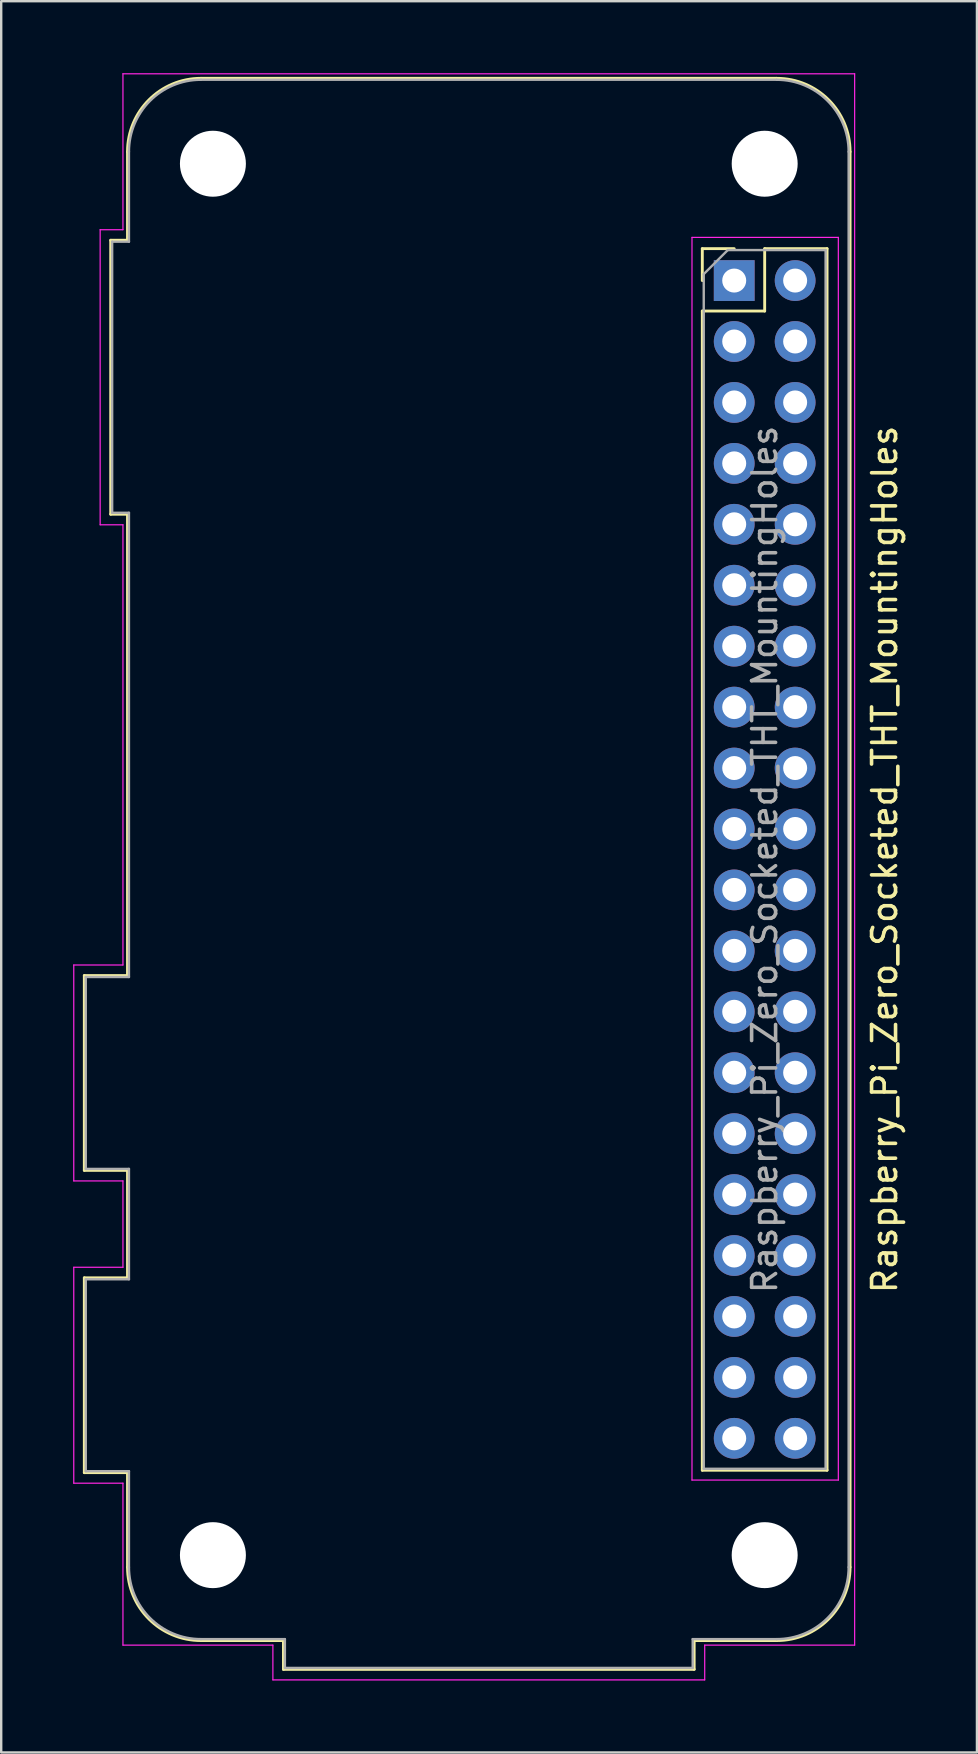
<source format=kicad_pcb>
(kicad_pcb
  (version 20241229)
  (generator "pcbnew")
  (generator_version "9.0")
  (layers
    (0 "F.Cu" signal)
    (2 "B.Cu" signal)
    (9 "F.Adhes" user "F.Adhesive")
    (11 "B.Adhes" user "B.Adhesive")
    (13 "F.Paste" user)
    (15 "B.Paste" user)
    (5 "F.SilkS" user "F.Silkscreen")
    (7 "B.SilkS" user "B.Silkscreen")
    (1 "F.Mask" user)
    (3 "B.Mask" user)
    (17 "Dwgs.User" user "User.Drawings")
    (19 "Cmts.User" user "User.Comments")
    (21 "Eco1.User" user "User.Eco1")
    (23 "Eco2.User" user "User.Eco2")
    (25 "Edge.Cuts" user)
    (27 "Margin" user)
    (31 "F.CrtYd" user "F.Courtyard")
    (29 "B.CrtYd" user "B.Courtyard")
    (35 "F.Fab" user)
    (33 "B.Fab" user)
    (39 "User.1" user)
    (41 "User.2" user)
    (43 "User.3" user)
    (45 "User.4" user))
  (footprint "Raspberry_Pi_Zero_Socketed_THT_MountingHoles"
    (layer "F.Cu")
    (at 28.875 32.775)
    (property "Reference" "Raspberry_Pi_Zero_Socketed_THT_MountingHoles" (at 4.95 0 90) (layer "F.SilkS") (effects (font (size 1 1) (thickness 0.15))))
    (attr through_hole)
    (fp_line (start -28.41 4.84) (end -26.61 4.84) (stroke (width 0.12) (type solid)) (layer "F.SilkS"))
    (fp_line (start -28.41 12.96) (end -28.41 4.84) (stroke (width 0.12) (type solid)) (layer "F.SilkS"))
    (fp_line (start -28.41 17.44) (end -26.61 17.44) (stroke (width 0.12) (type solid)) (layer "F.SilkS"))
    (fp_line (start -28.41 25.56) (end -28.41 17.44) (stroke (width 0.12) (type solid)) (layer "F.SilkS"))
    (fp_line (start -27.31 -25.81) (end -26.61 -25.81) (stroke (width 0.12) (type solid)) (layer "F.SilkS"))
    (fp_line (start -27.31 -14.39) (end -27.31 -25.81) (stroke (width 0.12) (type solid)) (layer "F.SilkS"))
    (fp_line (start -26.61 -25.81) (end -26.61 -29.5) (stroke (width 0.12) (type solid)) (layer "F.SilkS"))
    (fp_line (start -26.61 -14.39) (end -27.31 -14.39) (stroke (width 0.12) (type solid)) (layer "F.SilkS"))
    (fp_line (start -26.61 4.84) (end -26.61 -14.39) (stroke (width 0.12) (type solid)) (layer "F.SilkS"))
    (fp_line (start -26.61 12.96) (end -28.41 12.96) (stroke (width 0.12) (type solid)) (layer "F.SilkS"))
    (fp_line (start -26.61 17.44) (end -26.61 12.96) (stroke (width 0.12) (type solid)) (layer "F.SilkS"))
    (fp_line (start -26.61 25.56) (end -28.41 25.56) (stroke (width 0.12) (type solid)) (layer "F.SilkS"))
    (fp_line (start -26.61 29.5) (end -26.61 25.56) (stroke (width 0.12) (type solid)) (layer "F.SilkS"))
    (fp_line (start -20.11 32.56) (end -23.55 32.56) (stroke (width 0.12) (type solid)) (layer "F.SilkS"))
    (fp_line (start -20.11 33.76) (end -20.11 32.56) (stroke (width 0.12) (type solid)) (layer "F.SilkS"))
    (fp_line (start -2.99 32.56) (end -2.99 33.76) (stroke (width 0.12) (type solid)) (layer "F.SilkS"))
    (fp_line (start -2.99 32.56) (end 0.45 32.56) (stroke (width 0.12) (type solid)) (layer "F.SilkS"))
    (fp_line (start -2.99 33.76) (end -20.11 33.76) (stroke (width 0.12) (type solid)) (layer "F.SilkS"))
    (fp_line (start -2.65 -25.46) (end -2.65 -24.13) (stroke (width 0.12) (type solid)) (layer "F.SilkS"))
    (fp_line (start -2.65 -22.86) (end -2.65 25.46) (stroke (width 0.12) (type solid)) (layer "F.SilkS"))
    (fp_line (start -1.32 -25.46) (end -2.65 -25.46) (stroke (width 0.12) (type solid)) (layer "F.SilkS"))
    (fp_line (start -0.05 -25.46) (end -0.05 -22.86) (stroke (width 0.12) (type solid)) (layer "F.SilkS"))
    (fp_line (start -0.05 -22.86) (end -2.65 -22.86) (stroke (width 0.12) (type solid)) (layer "F.SilkS"))
    (fp_line (start 0.45 -32.56) (end -23.55 -32.56) (stroke (width 0.12) (type solid)) (layer "F.SilkS"))
    (fp_line (start 2.55 -25.46) (end -0.05 -25.46) (stroke (width 0.12) (type solid)) (layer "F.SilkS"))
    (fp_line (start 2.55 -25.46) (end 2.55 25.46) (stroke (width 0.12) (type solid)) (layer "F.SilkS"))
    (fp_line (start 2.55 25.46) (end -2.65 25.46) (stroke (width 0.12) (type solid)) (layer "F.SilkS"))
    (fp_line (start 3.51 29.5) (end 3.51 -29.5) (stroke (width 0.12) (type solid)) (layer "F.SilkS"))
    (fp_arc (start -26.61 -29.5) (mid -25.713747 -31.663747) (end -23.55 -32.56) (stroke (width 0.12) (type solid)) (layer "F.SilkS"))
    (fp_arc (start -23.55 32.56) (mid -25.713747 31.663747) (end -26.61 29.5) (stroke (width 0.12) (type solid)) (layer "F.SilkS"))
    (fp_arc (start 0.45 -32.56) (mid 2.613747 -31.663747) (end 3.51 -29.5) (stroke (width 0.12) (type solid)) (layer "F.SilkS"))
    (fp_arc (start 3.51 29.5) (mid 2.613747 31.663747) (end 0.45 32.56) (stroke (width 0.12) (type solid)) (layer "F.SilkS"))
    (fp_line (start -28.85 4.4) (end -26.8 4.4) (stroke (width 0.05) (type solid)) (layer "F.CrtYd"))
    (fp_line (start -28.85 13.4) (end -28.85 4.4) (stroke (width 0.05) (type solid)) (layer "F.CrtYd"))
    (fp_line (start -28.85 13.4) (end -26.8 13.4) (stroke (width 0.05) (type solid)) (layer "F.CrtYd"))
    (fp_line (start -28.85 17) (end -26.8 17) (stroke (width 0.05) (type solid)) (layer "F.CrtYd"))
    (fp_line (start -28.85 26) (end -28.85 17) (stroke (width 0.05) (type solid)) (layer "F.CrtYd"))
    (fp_line (start -28.85 26) (end -26.8 26) (stroke (width 0.05) (type solid)) (layer "F.CrtYd"))
    (fp_line (start -27.75 -26.25) (end -27.75 -13.95) (stroke (width 0.05) (type solid)) (layer "F.CrtYd"))
    (fp_line (start -27.75 -26.25) (end -26.8 -26.25) (stroke (width 0.05) (type solid)) (layer "F.CrtYd"))
    (fp_line (start -27.75 -13.95) (end -26.8 -13.95) (stroke (width 0.05) (type solid)) (layer "F.CrtYd"))
    (fp_line (start -26.8 -26.25) (end -26.8 -32.75) (stroke (width 0.05) (type solid)) (layer "F.CrtYd"))
    (fp_line (start -26.8 4.4) (end -26.8 -13.95) (stroke (width 0.05) (type solid)) (layer "F.CrtYd"))
    (fp_line (start -26.8 13.4) (end -26.8 17) (stroke (width 0.05) (type solid)) (layer "F.CrtYd"))
    (fp_line (start -26.8 26) (end -26.8 32.75) (stroke (width 0.05) (type solid)) (layer "F.CrtYd"))
    (fp_line (start -20.55 32.75) (end -26.8 32.75) (stroke (width 0.05) (type solid)) (layer "F.CrtYd"))
    (fp_line (start -20.55 34.2) (end -20.55 32.75) (stroke (width 0.05) (type solid)) (layer "F.CrtYd"))
    (fp_line (start -20.55 34.2) (end -2.55 34.2) (stroke (width 0.05) (type solid)) (layer "F.CrtYd"))
    (fp_line (start -3.08 -25.93) (end -3.08 25.87) (stroke (width 0.05) (type solid)) (layer "F.CrtYd"))
    (fp_line (start -3.08 25.87) (end 3.02 25.87) (stroke (width 0.05) (type solid)) (layer "F.CrtYd"))
    (fp_line (start -2.55 34.2) (end -2.55 32.75) (stroke (width 0.05) (type solid)) (layer "F.CrtYd"))
    (fp_line (start 3.02 -25.93) (end -3.08 -25.93) (stroke (width 0.05) (type solid)) (layer "F.CrtYd"))
    (fp_line (start 3.02 25.87) (end 3.02 -25.93) (stroke (width 0.05) (type solid)) (layer "F.CrtYd"))
    (fp_line (start 3.7 -32.75) (end -26.8 -32.75) (stroke (width 0.05) (type solid)) (layer "F.CrtYd"))
    (fp_line (start 3.7 32.75) (end -2.55 32.75) (stroke (width 0.05) (type solid)) (layer "F.CrtYd"))
    (fp_line (start 3.7 32.75) (end 3.7 -32.75) (stroke (width 0.05) (type solid)) (layer "F.CrtYd"))
    (fp_line (start -28.35 4.9) (end -26.55 4.9) (stroke (width 0.1) (type solid)) (layer "F.Fab"))
    (fp_line (start -28.35 12.9) (end -28.35 4.9) (stroke (width 0.1) (type solid)) (layer "F.Fab"))
    (fp_line (start -28.35 17.5) (end -26.55 17.5) (stroke (width 0.1) (type solid)) (layer "F.Fab"))
    (fp_line (start -28.35 25.5) (end -28.35 17.5) (stroke (width 0.1) (type solid)) (layer "F.Fab"))
    (fp_line (start -27.25 -14.45) (end -27.25 -25.75) (stroke (width 0.1) (type solid)) (layer "F.Fab"))
    (fp_line (start -26.55 -25.75) (end -27.25 -25.75) (stroke (width 0.1) (type solid)) (layer "F.Fab"))
    (fp_line (start -26.55 -25.75) (end -26.55 -29.5) (stroke (width 0.1) (type solid)) (layer "F.Fab"))
    (fp_line (start -26.55 -14.45) (end -27.25 -14.45) (stroke (width 0.1) (type solid)) (layer "F.Fab"))
    (fp_line (start -26.55 4.9) (end -26.55 -14.45) (stroke (width 0.1) (type solid)) (layer "F.Fab"))
    (fp_line (start -26.55 12.9) (end -28.35 12.9) (stroke (width 0.1) (type solid)) (layer "F.Fab"))
    (fp_line (start -26.55 17.5) (end -26.55 12.9) (stroke (width 0.1) (type solid)) (layer "F.Fab"))
    (fp_line (start -26.55 25.5) (end -28.35 25.5) (stroke (width 0.1) (type solid)) (layer "F.Fab"))
    (fp_line (start -26.55 25.5) (end -26.55 29.5) (stroke (width 0.1) (type solid)) (layer "F.Fab"))
    (fp_line (start -23.55 32.5) (end -20.05 32.5) (stroke (width 0.1) (type solid)) (layer "F.Fab"))
    (fp_line (start -20.05 32.5) (end -20.05 33.7) (stroke (width 0.1) (type solid)) (layer "F.Fab"))
    (fp_line (start -3.05 32.5) (end -3.05 33.7) (stroke (width 0.1) (type solid)) (layer "F.Fab"))
    (fp_line (start -3.05 33.7) (end -20.05 33.7) (stroke (width 0.1) (type solid)) (layer "F.Fab"))
    (fp_line (start -2.59 -24.4) (end -2.59 25.4) (stroke (width 0.1) (type solid)) (layer "F.Fab"))
    (fp_line (start -2.59 25.4) (end 2.49 25.4) (stroke (width 0.1) (type solid)) (layer "F.Fab"))
    (fp_line (start -1.59 -25.4) (end -2.59 -24.4) (stroke (width 0.1) (type solid)) (layer "F.Fab"))
    (fp_line (start 0.45 -32.5) (end -23.55 -32.5) (stroke (width 0.1) (type solid)) (layer "F.Fab"))
    (fp_line (start 0.45 32.5) (end -3.05 32.5) (stroke (width 0.1) (type solid)) (layer "F.Fab"))
    (fp_line (start 2.49 -25.4) (end -1.59 -25.4) (stroke (width 0.1) (type solid)) (layer "F.Fab"))
    (fp_line (start 2.49 25.4) (end 2.49 -25.4) (stroke (width 0.1) (type solid)) (layer "F.Fab"))
    (fp_line (start 3.45 29.5) (end 3.45 -29.5) (stroke (width 0.1) (type solid)) (layer "F.Fab"))
    (fp_arc (start -26.55 -29.5) (mid -25.67132 -31.62132) (end -23.55 -32.5) (stroke (width 0.1) (type solid)) (layer "F.Fab"))
    (fp_arc (start -23.55 32.5) (mid -25.67132 31.62132) (end -26.55 29.5) (stroke (width 0.1) (type solid)) (layer "F.Fab"))
    (fp_arc (start 0.45 -32.5) (mid 2.57132 -31.62132) (end 3.45 -29.5) (stroke (width 0.1) (type solid)) (layer "F.Fab"))
    (fp_arc (start 3.45 29.5) (mid 2.57132 31.62132) (end 0.45 32.5) (stroke (width 0.1) (type solid)) (layer "F.Fab"))
    (fp_text user "${REFERENCE}" (at -0.05 0 90) (layer "F.Fab") (effects (font (size 1 1) (thickness 0.15))))
    (pad "" np_thru_hole circle (at -23.05 -29 270) (size 2.75 2.75) (drill 2.75) (layers "*.Cu" "*.Mask"))
    (pad "" np_thru_hole circle (at -23.05 29 270) (size 2.75 2.75) (drill 2.75) (layers "*.Cu" "*.Mask"))
    (pad "" np_thru_hole circle (at -0.05 -29 270) (size 2.75 2.75) (drill 2.75) (layers "*.Cu" "*.Mask"))
    (pad "" np_thru_hole circle (at -0.05 29 270) (size 2.75 2.75) (drill 2.75) (layers "*.Cu" "*.Mask"))
    (pad "1" thru_hole rect (at -1.32 -24.13) (size 1.7 1.7) (drill 1) (layers "*.Cu" "*.Mask"))
    (pad "2" thru_hole oval (at 1.22 -24.13) (size 1.7 1.7) (drill 1) (layers "*.Cu" "*.Mask"))
    (pad "3" thru_hole oval (at -1.32 -21.59) (size 1.7 1.7) (drill 1) (layers "*.Cu" "*.Mask"))
    (pad "4" thru_hole oval (at 1.22 -21.59) (size 1.7 1.7) (drill 1) (layers "*.Cu" "*.Mask"))
    (pad "5" thru_hole oval (at -1.32 -19.05) (size 1.7 1.7) (drill 1) (layers "*.Cu" "*.Mask"))
    (pad "6" thru_hole oval (at 1.22 -19.05) (size 1.7 1.7) (drill 1) (layers "*.Cu" "*.Mask"))
    (pad "7" thru_hole oval (at -1.32 -16.51) (size 1.7 1.7) (drill 1) (layers "*.Cu" "*.Mask"))
    (pad "8" thru_hole oval (at 1.22 -16.51) (size 1.7 1.7) (drill 1) (layers "*.Cu" "*.Mask"))
    (pad "9" thru_hole oval (at -1.32 -13.97) (size 1.7 1.7) (drill 1) (layers "*.Cu" "*.Mask"))
    (pad "10" thru_hole oval (at 1.22 -13.97) (size 1.7 1.7) (drill 1) (layers "*.Cu" "*.Mask"))
    (pad "11" thru_hole oval (at -1.32 -11.43) (size 1.7 1.7) (drill 1) (layers "*.Cu" "*.Mask"))
    (pad "12" thru_hole oval (at 1.22 -11.43) (size 1.7 1.7) (drill 1) (layers "*.Cu" "*.Mask"))
    (pad "13" thru_hole oval (at -1.32 -8.89) (size 1.7 1.7) (drill 1) (layers "*.Cu" "*.Mask"))
    (pad "14" thru_hole oval (at 1.22 -8.89) (size 1.7 1.7) (drill 1) (layers "*.Cu" "*.Mask"))
    (pad "15" thru_hole oval (at -1.32 -6.35) (size 1.7 1.7) (drill 1) (layers "*.Cu" "*.Mask"))
    (pad "16" thru_hole oval (at 1.22 -6.35) (size 1.7 1.7) (drill 1) (layers "*.Cu" "*.Mask"))
    (pad "17" thru_hole oval (at -1.32 -3.81) (size 1.7 1.7) (drill 1) (layers "*.Cu" "*.Mask"))
    (pad "18" thru_hole oval (at 1.22 -3.81) (size 1.7 1.7) (drill 1) (layers "*.Cu" "*.Mask"))
    (pad "19" thru_hole oval (at -1.32 -1.27) (size 1.7 1.7) (drill 1) (layers "*.Cu" "*.Mask"))
    (pad "20" thru_hole oval (at 1.22 -1.27) (size 1.7 1.7) (drill 1) (layers "*.Cu" "*.Mask"))
    (pad "21" thru_hole oval (at -1.32 1.27) (size 1.7 1.7) (drill 1) (layers "*.Cu" "*.Mask"))
    (pad "22" thru_hole oval (at 1.22 1.27) (size 1.7 1.7) (drill 1) (layers "*.Cu" "*.Mask"))
    (pad "23" thru_hole oval (at -1.32 3.81) (size 1.7 1.7) (drill 1) (layers "*.Cu" "*.Mask"))
    (pad "24" thru_hole oval (at 1.22 3.81) (size 1.7 1.7) (drill 1) (layers "*.Cu" "*.Mask"))
    (pad "25" thru_hole oval (at -1.32 6.35) (size 1.7 1.7) (drill 1) (layers "*.Cu" "*.Mask"))
    (pad "26" thru_hole oval (at 1.22 6.35) (size 1.7 1.7) (drill 1) (layers "*.Cu" "*.Mask"))
    (pad "27" thru_hole oval (at -1.32 8.89) (size 1.7 1.7) (drill 1) (layers "*.Cu" "*.Mask"))
    (pad "28" thru_hole oval (at 1.22 8.89) (size 1.7 1.7) (drill 1) (layers "*.Cu" "*.Mask"))
    (pad "29" thru_hole oval (at -1.32 11.43) (size 1.7 1.7) (drill 1) (layers "*.Cu" "*.Mask"))
    (pad "30" thru_hole oval (at 1.22 11.43) (size 1.7 1.7) (drill 1) (layers "*.Cu" "*.Mask"))
    (pad "31" thru_hole oval (at -1.32 13.97) (size 1.7 1.7) (drill 1) (layers "*.Cu" "*.Mask"))
    (pad "32" thru_hole oval (at 1.22 13.97) (size 1.7 1.7) (drill 1) (layers "*.Cu" "*.Mask"))
    (pad "33" thru_hole oval (at -1.32 16.51) (size 1.7 1.7) (drill 1) (layers "*.Cu" "*.Mask"))
    (pad "34" thru_hole oval (at 1.22 16.51) (size 1.7 1.7) (drill 1) (layers "*.Cu" "*.Mask"))
    (pad "35" thru_hole oval (at -1.32 19.05) (size 1.7 1.7) (drill 1) (layers "*.Cu" "*.Mask"))
    (pad "36" thru_hole oval (at 1.22 19.05) (size 1.7 1.7) (drill 1) (layers "*.Cu" "*.Mask"))
    (pad "37" thru_hole oval (at -1.32 21.59) (size 1.7 1.7) (drill 1) (layers "*.Cu" "*.Mask"))
    (pad "38" thru_hole oval (at 1.22 21.59) (size 1.7 1.7) (drill 1) (layers "*.Cu" "*.Mask"))
    (pad "39" thru_hole oval (at -1.32 24.13) (size 1.7 1.7) (drill 1) (layers "*.Cu" "*.Mask"))
    (pad "40" thru_hole oval (at 1.22 24.13) (size 1.7 1.7) (drill 1) (layers "*.Cu" "*.Mask")))
  (gr_rect
    (start -3 -3)
    (end 37.673 70)
    (stroke (width 0.1) (type default))
    (fill no)
    (layer "Edge.Cuts")))
</source>
